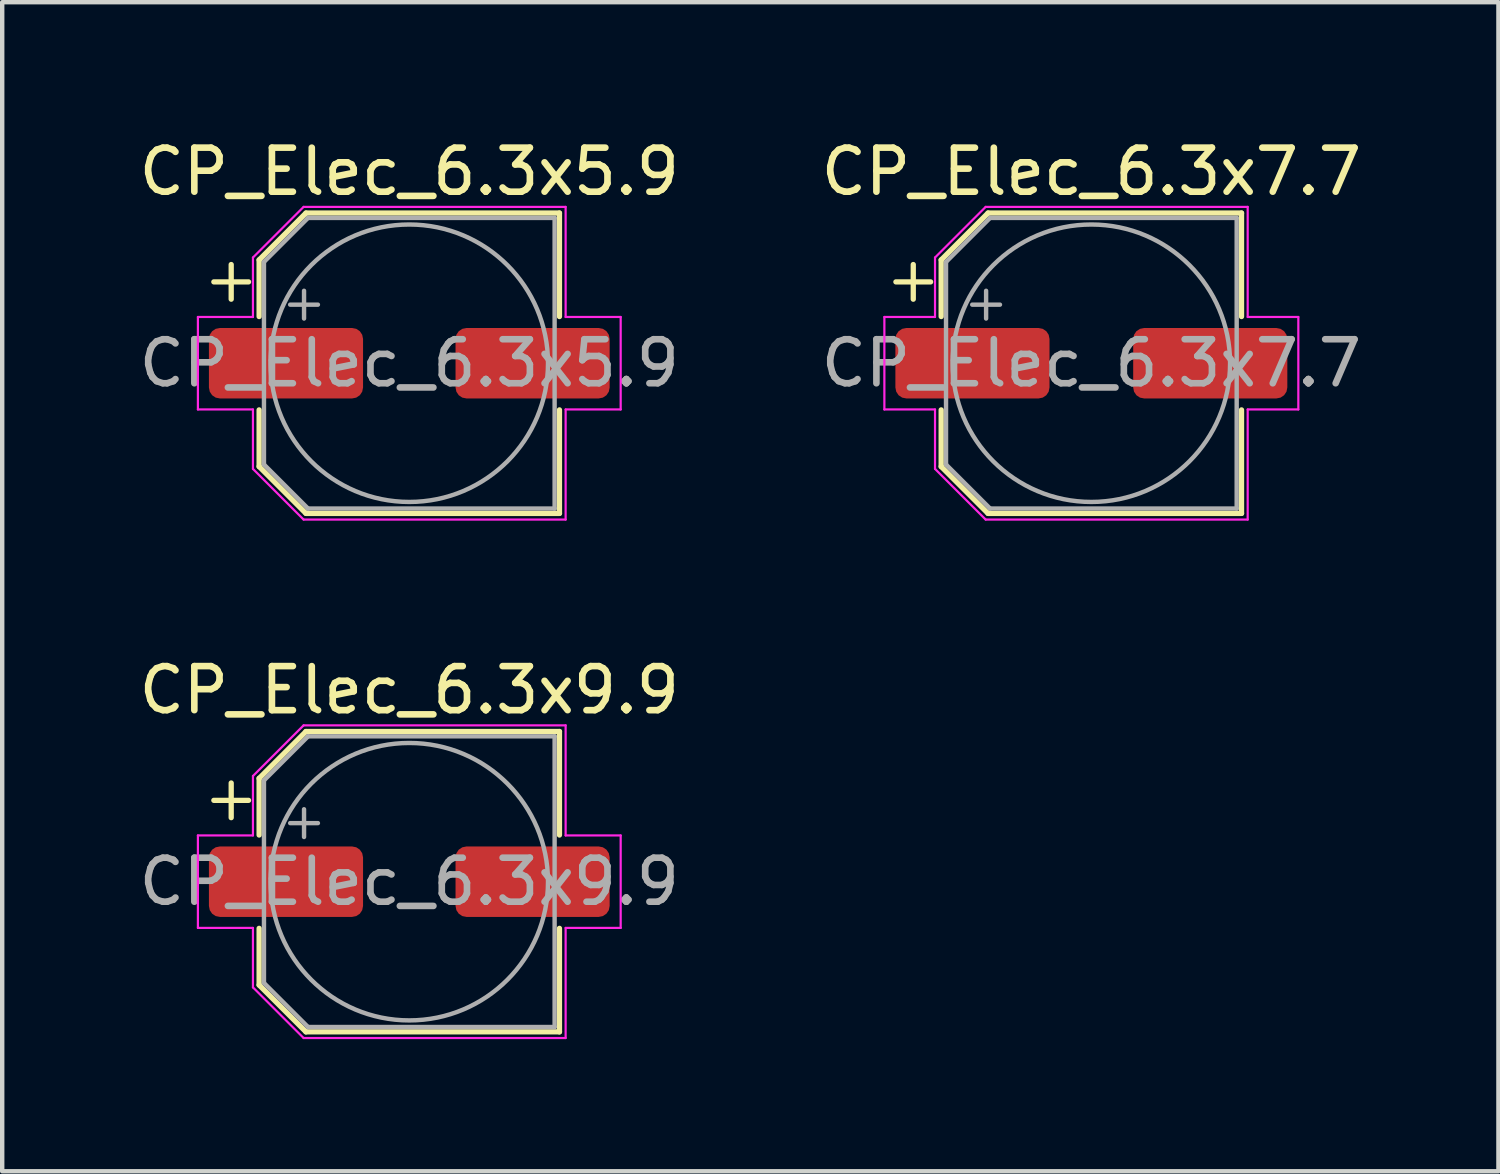
<source format=kicad_pcb>
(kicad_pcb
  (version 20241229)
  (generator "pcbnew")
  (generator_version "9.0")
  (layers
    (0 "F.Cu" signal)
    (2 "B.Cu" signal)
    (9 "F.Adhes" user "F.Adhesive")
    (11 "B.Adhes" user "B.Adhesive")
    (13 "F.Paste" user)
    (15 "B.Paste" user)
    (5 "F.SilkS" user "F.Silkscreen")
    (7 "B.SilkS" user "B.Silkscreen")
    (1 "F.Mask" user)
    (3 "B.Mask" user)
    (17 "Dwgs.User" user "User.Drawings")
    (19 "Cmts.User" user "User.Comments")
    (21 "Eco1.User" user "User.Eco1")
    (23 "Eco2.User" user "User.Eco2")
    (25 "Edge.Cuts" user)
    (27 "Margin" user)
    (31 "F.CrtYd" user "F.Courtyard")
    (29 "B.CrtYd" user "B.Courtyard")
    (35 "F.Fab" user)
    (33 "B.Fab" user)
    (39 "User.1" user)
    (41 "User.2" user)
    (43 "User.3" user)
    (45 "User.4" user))
  (footprint "CP_Elec_6.3x7.7"
    (layer "F.Cu")
    (at 21.732 5.198)
    (property "Reference" "CP_Elec_6.3x7.7" (at 0 -4.35 0) (layer "F.SilkS") (effects (font (size 1 1) (thickness 0.15))))
    (attr smd)
    (fp_line (start -4.438 -1.847) (end -3.65 -1.847) (stroke (width 0.12) (type solid)) (layer "F.SilkS"))
    (fp_line (start -4.044 -2.241) (end -4.044 -1.454) (stroke (width 0.12) (type solid)) (layer "F.SilkS"))
    (fp_line (start -3.41 -2.346) (end -3.41 -1.06) (stroke (width 0.12) (type solid)) (layer "F.SilkS"))
    (fp_line (start -3.41 -2.346) (end -2.346 -3.41) (stroke (width 0.12) (type solid)) (layer "F.SilkS"))
    (fp_line (start -3.41 2.346) (end -3.41 1.06) (stroke (width 0.12) (type solid)) (layer "F.SilkS"))
    (fp_line (start -3.41 2.346) (end -2.346 3.41) (stroke (width 0.12) (type solid)) (layer "F.SilkS"))
    (fp_line (start -2.346 -3.41) (end 3.41 -3.41) (stroke (width 0.12) (type solid)) (layer "F.SilkS"))
    (fp_line (start -2.346 3.41) (end 3.41 3.41) (stroke (width 0.12) (type solid)) (layer "F.SilkS"))
    (fp_line (start 3.41 -3.41) (end 3.41 -1.06) (stroke (width 0.12) (type solid)) (layer "F.SilkS"))
    (fp_line (start 3.41 3.41) (end 3.41 1.06) (stroke (width 0.12) (type solid)) (layer "F.SilkS"))
    (fp_line (start -4.7 -1.05) (end -4.7 1.05) (stroke (width 0.05) (type solid)) (layer "F.CrtYd"))
    (fp_line (start -4.7 1.05) (end -3.55 1.05) (stroke (width 0.05) (type solid)) (layer "F.CrtYd"))
    (fp_line (start -3.55 -2.4) (end -3.55 -1.05) (stroke (width 0.05) (type solid)) (layer "F.CrtYd"))
    (fp_line (start -3.55 -2.4) (end -2.4 -3.55) (stroke (width 0.05) (type solid)) (layer "F.CrtYd"))
    (fp_line (start -3.55 -1.05) (end -4.7 -1.05) (stroke (width 0.05) (type solid)) (layer "F.CrtYd"))
    (fp_line (start -3.55 1.05) (end -3.55 2.4) (stroke (width 0.05) (type solid)) (layer "F.CrtYd"))
    (fp_line (start -3.55 2.4) (end -2.4 3.55) (stroke (width 0.05) (type solid)) (layer "F.CrtYd"))
    (fp_line (start -2.4 -3.55) (end 3.55 -3.55) (stroke (width 0.05) (type solid)) (layer "F.CrtYd"))
    (fp_line (start -2.4 3.55) (end 3.55 3.55) (stroke (width 0.05) (type solid)) (layer "F.CrtYd"))
    (fp_line (start 3.55 -3.55) (end 3.55 -1.05) (stroke (width 0.05) (type solid)) (layer "F.CrtYd"))
    (fp_line (start 3.55 -1.05) (end 4.7 -1.05) (stroke (width 0.05) (type solid)) (layer "F.CrtYd"))
    (fp_line (start 3.55 1.05) (end 3.55 3.55) (stroke (width 0.05) (type solid)) (layer "F.CrtYd"))
    (fp_line (start 4.7 -1.05) (end 4.7 1.05) (stroke (width 0.05) (type solid)) (layer "F.CrtYd"))
    (fp_line (start 4.7 1.05) (end 3.55 1.05) (stroke (width 0.05) (type solid)) (layer "F.CrtYd"))
    (fp_line (start -3.3 -2.3) (end -3.3 2.3) (stroke (width 0.1) (type solid)) (layer "F.Fab"))
    (fp_line (start -3.3 -2.3) (end -2.3 -3.3) (stroke (width 0.1) (type solid)) (layer "F.Fab"))
    (fp_line (start -3.3 2.3) (end -2.3 3.3) (stroke (width 0.1) (type solid)) (layer "F.Fab"))
    (fp_line (start -2.705 -1.33) (end -2.075 -1.33) (stroke (width 0.1) (type solid)) (layer "F.Fab"))
    (fp_line (start -2.39 -1.645) (end -2.39 -1.015) (stroke (width 0.1) (type solid)) (layer "F.Fab"))
    (fp_line (start -2.3 -3.3) (end 3.3 -3.3) (stroke (width 0.1) (type solid)) (layer "F.Fab"))
    (fp_line (start -2.3 3.3) (end 3.3 3.3) (stroke (width 0.1) (type solid)) (layer "F.Fab"))
    (fp_line (start 3.3 -3.3) (end 3.3 3.3) (stroke (width 0.1) (type solid)) (layer "F.Fab"))
    (fp_circle (center 0 0) (end 3.15 0) (stroke (width 0.1) (type solid)) (fill no) (layer "F.Fab"))
    (fp_text user "${REFERENCE}" (at 0 0 0) (layer "F.Fab") (effects (font (size 1 1) (thickness 0.15))))
    (pad "1" smd roundrect (at -2.7 0) (size 3.5 1.6) (layers "F.Cu" "F.Mask" "F.Paste") (roundrect_rratio 0.156))
    (pad "2" smd roundrect (at 2.7 0) (size 3.5 1.6) (layers "F.Cu" "F.Mask" "F.Paste") (roundrect_rratio 0.156)))
  (footprint "CP_Elec_6.3x9.9"
    (layer "F.Cu")
    (at 6.244 16.971)
    (property "Reference" "CP_Elec_6.3x9.9" (at 0 -4.35 0) (layer "F.SilkS") (effects (font (size 1 1) (thickness 0.15))))
    (attr smd)
    (fp_line (start -4.438 -1.847) (end -3.65 -1.847) (stroke (width 0.12) (type solid)) (layer "F.SilkS"))
    (fp_line (start -4.044 -2.241) (end -4.044 -1.454) (stroke (width 0.12) (type solid)) (layer "F.SilkS"))
    (fp_line (start -3.41 -2.346) (end -3.41 -1.06) (stroke (width 0.12) (type solid)) (layer "F.SilkS"))
    (fp_line (start -3.41 -2.346) (end -2.346 -3.41) (stroke (width 0.12) (type solid)) (layer "F.SilkS"))
    (fp_line (start -3.41 2.346) (end -3.41 1.06) (stroke (width 0.12) (type solid)) (layer "F.SilkS"))
    (fp_line (start -3.41 2.346) (end -2.346 3.41) (stroke (width 0.12) (type solid)) (layer "F.SilkS"))
    (fp_line (start -2.346 -3.41) (end 3.41 -3.41) (stroke (width 0.12) (type solid)) (layer "F.SilkS"))
    (fp_line (start -2.346 3.41) (end 3.41 3.41) (stroke (width 0.12) (type solid)) (layer "F.SilkS"))
    (fp_line (start 3.41 -3.41) (end 3.41 -1.06) (stroke (width 0.12) (type solid)) (layer "F.SilkS"))
    (fp_line (start 3.41 3.41) (end 3.41 1.06) (stroke (width 0.12) (type solid)) (layer "F.SilkS"))
    (fp_line (start -4.8 -1.05) (end -4.8 1.05) (stroke (width 0.05) (type solid)) (layer "F.CrtYd"))
    (fp_line (start -4.8 1.05) (end -3.55 1.05) (stroke (width 0.05) (type solid)) (layer "F.CrtYd"))
    (fp_line (start -3.55 -2.4) (end -3.55 -1.05) (stroke (width 0.05) (type solid)) (layer "F.CrtYd"))
    (fp_line (start -3.55 -2.4) (end -2.4 -3.55) (stroke (width 0.05) (type solid)) (layer "F.CrtYd"))
    (fp_line (start -3.55 -1.05) (end -4.8 -1.05) (stroke (width 0.05) (type solid)) (layer "F.CrtYd"))
    (fp_line (start -3.55 1.05) (end -3.55 2.4) (stroke (width 0.05) (type solid)) (layer "F.CrtYd"))
    (fp_line (start -3.55 2.4) (end -2.4 3.55) (stroke (width 0.05) (type solid)) (layer "F.CrtYd"))
    (fp_line (start -2.4 -3.55) (end 3.55 -3.55) (stroke (width 0.05) (type solid)) (layer "F.CrtYd"))
    (fp_line (start -2.4 3.55) (end 3.55 3.55) (stroke (width 0.05) (type solid)) (layer "F.CrtYd"))
    (fp_line (start 3.55 -3.55) (end 3.55 -1.05) (stroke (width 0.05) (type solid)) (layer "F.CrtYd"))
    (fp_line (start 3.55 -1.05) (end 4.8 -1.05) (stroke (width 0.05) (type solid)) (layer "F.CrtYd"))
    (fp_line (start 3.55 1.05) (end 3.55 3.55) (stroke (width 0.05) (type solid)) (layer "F.CrtYd"))
    (fp_line (start 4.8 -1.05) (end 4.8 1.05) (stroke (width 0.05) (type solid)) (layer "F.CrtYd"))
    (fp_line (start 4.8 1.05) (end 3.55 1.05) (stroke (width 0.05) (type solid)) (layer "F.CrtYd"))
    (fp_line (start -3.3 -2.3) (end -3.3 2.3) (stroke (width 0.1) (type solid)) (layer "F.Fab"))
    (fp_line (start -3.3 -2.3) (end -2.3 -3.3) (stroke (width 0.1) (type solid)) (layer "F.Fab"))
    (fp_line (start -3.3 2.3) (end -2.3 3.3) (stroke (width 0.1) (type solid)) (layer "F.Fab"))
    (fp_line (start -2.705 -1.33) (end -2.075 -1.33) (stroke (width 0.1) (type solid)) (layer "F.Fab"))
    (fp_line (start -2.39 -1.645) (end -2.39 -1.015) (stroke (width 0.1) (type solid)) (layer "F.Fab"))
    (fp_line (start -2.3 -3.3) (end 3.3 -3.3) (stroke (width 0.1) (type solid)) (layer "F.Fab"))
    (fp_line (start -2.3 3.3) (end 3.3 3.3) (stroke (width 0.1) (type solid)) (layer "F.Fab"))
    (fp_line (start 3.3 -3.3) (end 3.3 3.3) (stroke (width 0.1) (type solid)) (layer "F.Fab"))
    (fp_circle (center 0 0) (end 3.15 0) (stroke (width 0.1) (type solid)) (fill no) (layer "F.Fab"))
    (fp_text user "${REFERENCE}" (at 0 0 0) (layer "F.Fab") (effects (font (size 1 1) (thickness 0.15))))
    (pad "1" smd roundrect (at -2.8 0) (size 3.5 1.6) (layers "F.Cu" "F.Mask" "F.Paste") (roundrect_rratio 0.156))
    (pad "2" smd roundrect (at 2.8 0) (size 3.5 1.6) (layers "F.Cu" "F.Mask" "F.Paste") (roundrect_rratio 0.156)))
  (footprint "CP_Elec_6.3x5.9"
    (layer "F.Cu")
    (at 6.244 5.198)
    (property "Reference" "CP_Elec_6.3x5.9" (at 0 -4.35 0) (layer "F.SilkS") (effects (font (size 1 1) (thickness 0.15))))
    (attr smd)
    (fp_line (start -4.438 -1.847) (end -3.65 -1.847) (stroke (width 0.12) (type solid)) (layer "F.SilkS"))
    (fp_line (start -4.044 -2.241) (end -4.044 -1.454) (stroke (width 0.12) (type solid)) (layer "F.SilkS"))
    (fp_line (start -3.41 -2.346) (end -3.41 -1.06) (stroke (width 0.12) (type solid)) (layer "F.SilkS"))
    (fp_line (start -3.41 -2.346) (end -2.346 -3.41) (stroke (width 0.12) (type solid)) (layer "F.SilkS"))
    (fp_line (start -3.41 2.346) (end -3.41 1.06) (stroke (width 0.12) (type solid)) (layer "F.SilkS"))
    (fp_line (start -3.41 2.346) (end -2.346 3.41) (stroke (width 0.12) (type solid)) (layer "F.SilkS"))
    (fp_line (start -2.346 -3.41) (end 3.41 -3.41) (stroke (width 0.12) (type solid)) (layer "F.SilkS"))
    (fp_line (start -2.346 3.41) (end 3.41 3.41) (stroke (width 0.12) (type solid)) (layer "F.SilkS"))
    (fp_line (start 3.41 -3.41) (end 3.41 -1.06) (stroke (width 0.12) (type solid)) (layer "F.SilkS"))
    (fp_line (start 3.41 3.41) (end 3.41 1.06) (stroke (width 0.12) (type solid)) (layer "F.SilkS"))
    (fp_line (start -4.8 -1.05) (end -4.8 1.05) (stroke (width 0.05) (type solid)) (layer "F.CrtYd"))
    (fp_line (start -4.8 1.05) (end -3.55 1.05) (stroke (width 0.05) (type solid)) (layer "F.CrtYd"))
    (fp_line (start -3.55 -2.4) (end -3.55 -1.05) (stroke (width 0.05) (type solid)) (layer "F.CrtYd"))
    (fp_line (start -3.55 -2.4) (end -2.4 -3.55) (stroke (width 0.05) (type solid)) (layer "F.CrtYd"))
    (fp_line (start -3.55 -1.05) (end -4.8 -1.05) (stroke (width 0.05) (type solid)) (layer "F.CrtYd"))
    (fp_line (start -3.55 1.05) (end -3.55 2.4) (stroke (width 0.05) (type solid)) (layer "F.CrtYd"))
    (fp_line (start -3.55 2.4) (end -2.4 3.55) (stroke (width 0.05) (type solid)) (layer "F.CrtYd"))
    (fp_line (start -2.4 -3.55) (end 3.55 -3.55) (stroke (width 0.05) (type solid)) (layer "F.CrtYd"))
    (fp_line (start -2.4 3.55) (end 3.55 3.55) (stroke (width 0.05) (type solid)) (layer "F.CrtYd"))
    (fp_line (start 3.55 -3.55) (end 3.55 -1.05) (stroke (width 0.05) (type solid)) (layer "F.CrtYd"))
    (fp_line (start 3.55 -1.05) (end 4.8 -1.05) (stroke (width 0.05) (type solid)) (layer "F.CrtYd"))
    (fp_line (start 3.55 1.05) (end 3.55 3.55) (stroke (width 0.05) (type solid)) (layer "F.CrtYd"))
    (fp_line (start 4.8 -1.05) (end 4.8 1.05) (stroke (width 0.05) (type solid)) (layer "F.CrtYd"))
    (fp_line (start 4.8 1.05) (end 3.55 1.05) (stroke (width 0.05) (type solid)) (layer "F.CrtYd"))
    (fp_line (start -3.3 -2.3) (end -3.3 2.3) (stroke (width 0.1) (type solid)) (layer "F.Fab"))
    (fp_line (start -3.3 -2.3) (end -2.3 -3.3) (stroke (width 0.1) (type solid)) (layer "F.Fab"))
    (fp_line (start -3.3 2.3) (end -2.3 3.3) (stroke (width 0.1) (type solid)) (layer "F.Fab"))
    (fp_line (start -2.705 -1.33) (end -2.075 -1.33) (stroke (width 0.1) (type solid)) (layer "F.Fab"))
    (fp_line (start -2.39 -1.645) (end -2.39 -1.015) (stroke (width 0.1) (type solid)) (layer "F.Fab"))
    (fp_line (start -2.3 -3.3) (end 3.3 -3.3) (stroke (width 0.1) (type solid)) (layer "F.Fab"))
    (fp_line (start -2.3 3.3) (end 3.3 3.3) (stroke (width 0.1) (type solid)) (layer "F.Fab"))
    (fp_line (start 3.3 -3.3) (end 3.3 3.3) (stroke (width 0.1) (type solid)) (layer "F.Fab"))
    (fp_circle (center 0 0) (end 3.15 0) (stroke (width 0.1) (type solid)) (fill no) (layer "F.Fab"))
    (fp_text user "${REFERENCE}" (at 0 0 0) (layer "F.Fab") (effects (font (size 1 1) (thickness 0.15))))
    (pad "1" smd roundrect (at -2.8 0) (size 3.5 1.6) (layers "F.Cu" "F.Mask" "F.Paste") (roundrect_rratio 0.156))
    (pad "2" smd roundrect (at 2.8 0) (size 3.5 1.6) (layers "F.Cu" "F.Mask" "F.Paste") (roundrect_rratio 0.156)))
  (gr_rect
    (start -3 -3)
    (end 30.976 23.547)
    (stroke (width 0.1) (type default))
    (fill no)
    (layer "Edge.Cuts")))
</source>
